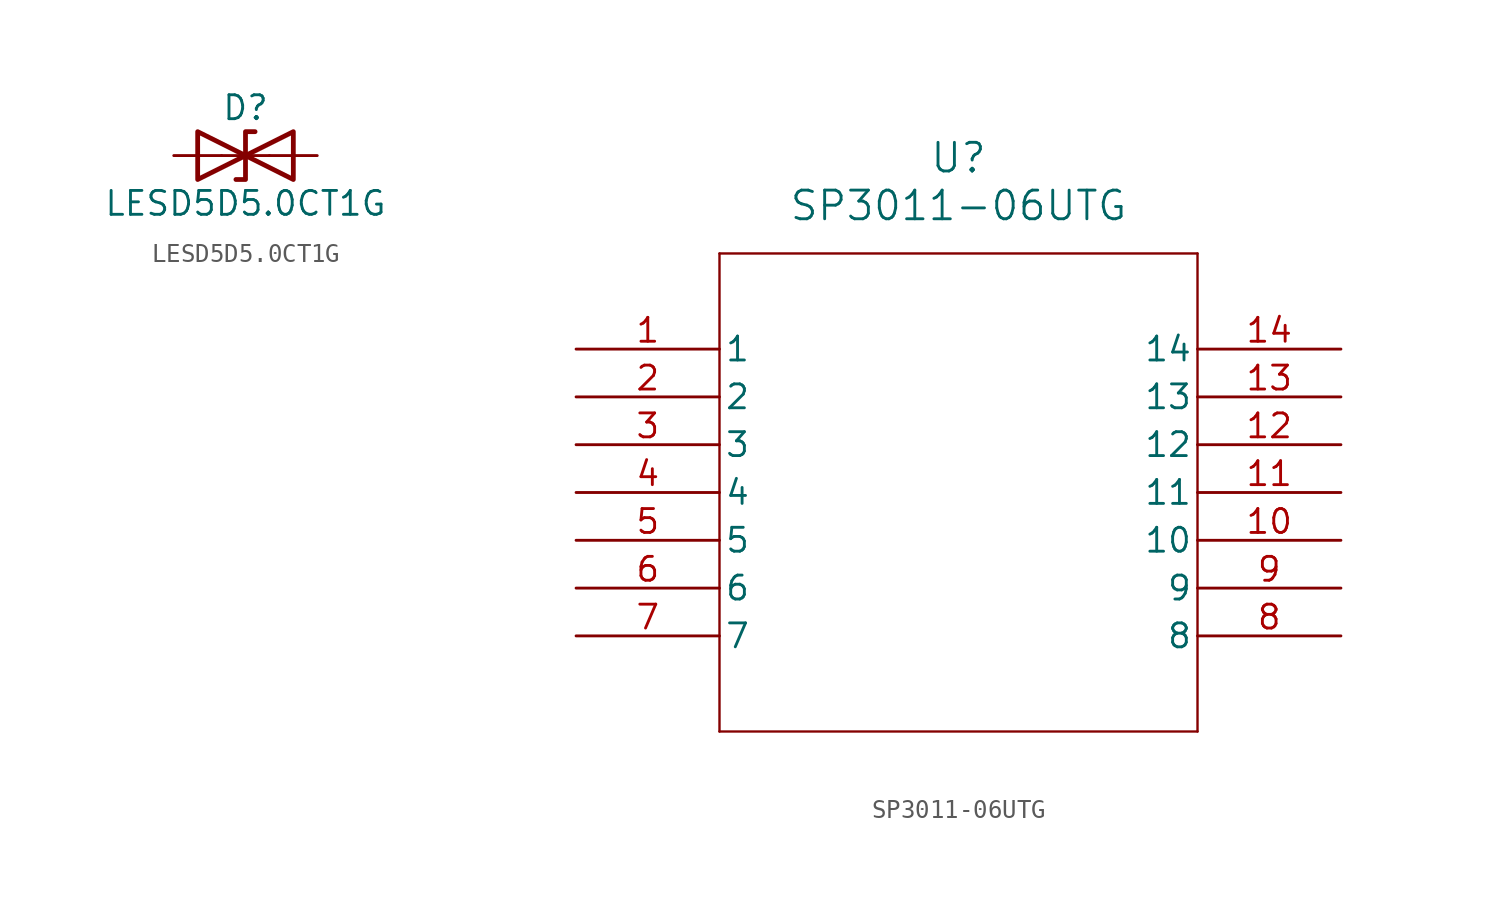
<source format=kicad_sym>
(kicad_symbol_lib
  (version 20241209)
  (generator "kicad_symbol_editor")
  (generator_version "9.0")
  (symbol "LESD5D5.0CT1G"
    (pin_numbers
      (hide yes))
    (pin_names
      (offset 1.016)
      (hide yes))
    (property "Reference" "D"
      (at 0 2.54 0)
      (effects (font (size 1.27 1.27))))
    (property "Value" "LESD5D5.0CT1G"
      (at 0 -2.54 0)
      (effects (font (size 1.27 1.27))))
    (symbol "LESD5D5.0CT1G_0_1"
      (polyline (pts (xy -2.54 -1.27) (xy 0 0) (xy -2.54 1.27) (xy -2.54 -1.27)) (stroke (width 0.254) (type default)) (fill (type none)))
      (polyline (pts (xy 0.508 1.27) (xy 0 1.27) (xy 0 -1.27) (xy -0.508 -1.27)) (stroke (width 0.254) (type default)) (fill (type none)))
      (polyline (pts (xy 1.27 0) (xy -1.27 0)) (stroke (width 0) (type default)) (fill (type none)))
      (polyline (pts (xy 2.54 1.27) (xy 2.54 -1.27) (xy 0 0) (xy 2.54 1.27)) (stroke (width 0.254) (type default)) (fill (type none))))
    (symbol "LESD5D5.0CT1G_1_1"
      (pin passive line (at -3.81 0 0) (length 2.54) (name "A1" (effects (font (size 1.27 1.27)))) (number "1" (effects (font (size 1.27 1.27)))))
      (pin passive line (at 3.81 0 180) (length 2.54) (name "A2" (effects (font (size 1.27 1.27)))) (number "2" (effects (font (size 1.27 1.27)))))))
  (symbol "SP3011-06UTG"
    (pin_names
      (offset 0.254))
    (property "Reference" "U"
      (at 20.32 10.16 0)
      (effects (font (size 1.524 1.524))))
    (property "Value" "SP3011-06UTG"
      (at 20.32 7.62 0)
      (effects (font (size 1.524 1.524))))
    (property "ki_locked" ""
      (at 0 0 0)
      (effects (font (size 1.27 1.27))))
    (symbol "SP3011-06UTG_0_1"
      (polyline (pts (xy 7.62 5.08) (xy 7.62 -20.32)) (stroke (width 0.127) (type default)) (fill (type none)))
      (polyline (pts (xy 7.62 -20.32) (xy 33.02 -20.32)) (stroke (width 0.127) (type default)) (fill (type none)))
      (polyline (pts (xy 33.02 5.08) (xy 7.62 5.08)) (stroke (width 0.127) (type default)) (fill (type none)))
      (polyline (pts (xy 33.02 -20.32) (xy 33.02 5.08)) (stroke (width 0.127) (type default)) (fill (type none)))
      (pin unspecified line (at 0 0 0) (length 7.62) (name "1" (effects (font (size 1.27 1.27)))) (number "1" (effects (font (size 1.27 1.27)))))
      (pin unspecified line (at 0 -2.54 0) (length 7.62) (name "2" (effects (font (size 1.27 1.27)))) (number "2" (effects (font (size 1.27 1.27)))))
      (pin unspecified line (at 0 -5.08 0) (length 7.62) (name "3" (effects (font (size 1.27 1.27)))) (number "3" (effects (font (size 1.27 1.27)))))
      (pin unspecified line (at 0 -7.62 0) (length 7.62) (name "4" (effects (font (size 1.27 1.27)))) (number "4" (effects (font (size 1.27 1.27)))))
      (pin unspecified line (at 0 -10.16 0) (length 7.62) (name "5" (effects (font (size 1.27 1.27)))) (number "5" (effects (font (size 1.27 1.27)))))
      (pin unspecified line (at 0 -12.7 0) (length 7.62) (name "6" (effects (font (size 1.27 1.27)))) (number "6" (effects (font (size 1.27 1.27)))))
      (pin unspecified line (at 0 -15.24 0) (length 7.62) (name "7" (effects (font (size 1.27 1.27)))) (number "7" (effects (font (size 1.27 1.27)))))
      (pin unspecified line (at 40.64 0 180) (length 7.62) (name "14" (effects (font (size 1.27 1.27)))) (number "14" (effects (font (size 1.27 1.27)))))
      (pin unspecified line (at 40.64 -2.54 180) (length 7.62) (name "13" (effects (font (size 1.27 1.27)))) (number "13" (effects (font (size 1.27 1.27)))))
      (pin unspecified line (at 40.64 -5.08 180) (length 7.62) (name "12" (effects (font (size 1.27 1.27)))) (number "12" (effects (font (size 1.27 1.27)))))
      (pin unspecified line (at 40.64 -7.62 180) (length 7.62) (name "11" (effects (font (size 1.27 1.27)))) (number "11" (effects (font (size 1.27 1.27)))))
      (pin unspecified line (at 40.64 -10.16 180) (length 7.62) (name "10" (effects (font (size 1.27 1.27)))) (number "10" (effects (font (size 1.27 1.27)))))
      (pin unspecified line (at 40.64 -12.7 180) (length 7.62) (name "9" (effects (font (size 1.27 1.27)))) (number "9" (effects (font (size 1.27 1.27)))))
      (pin unspecified line (at 40.64 -15.24 180) (length 7.62) (name "8" (effects (font (size 1.27 1.27)))) (number "8" (effects (font (size 1.27 1.27))))))))
</source>
